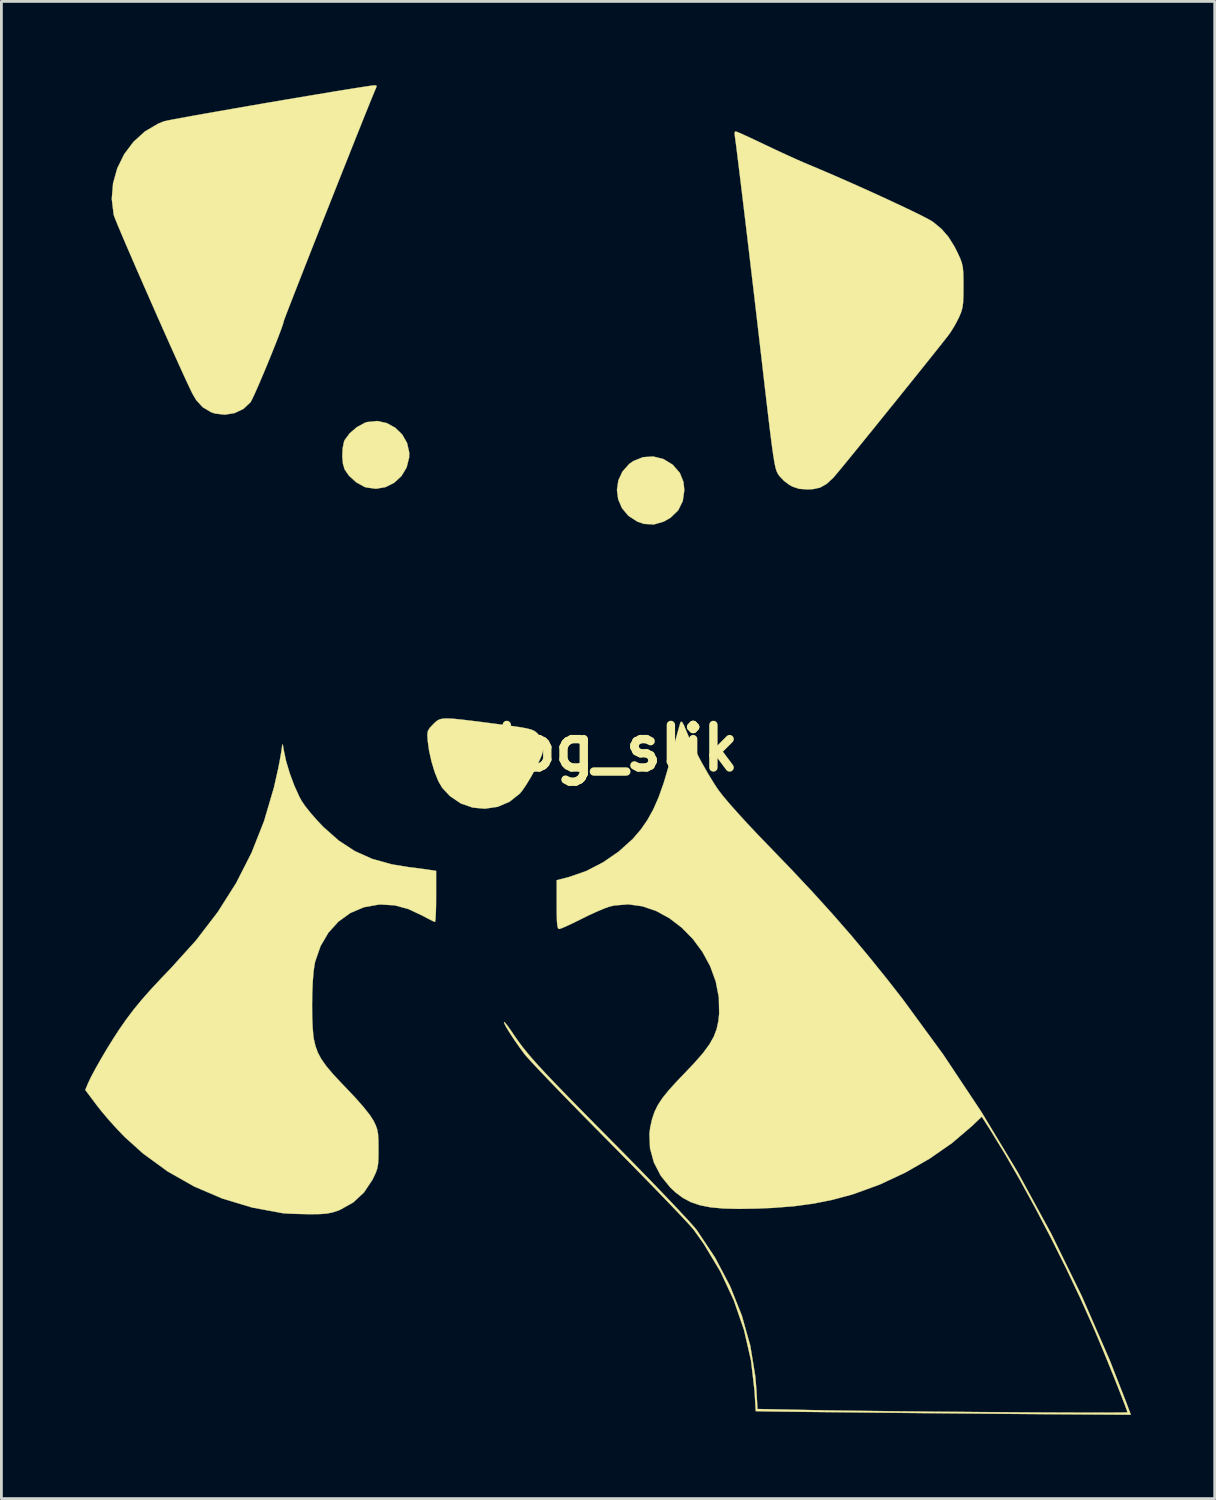
<source format=kicad_pcb>
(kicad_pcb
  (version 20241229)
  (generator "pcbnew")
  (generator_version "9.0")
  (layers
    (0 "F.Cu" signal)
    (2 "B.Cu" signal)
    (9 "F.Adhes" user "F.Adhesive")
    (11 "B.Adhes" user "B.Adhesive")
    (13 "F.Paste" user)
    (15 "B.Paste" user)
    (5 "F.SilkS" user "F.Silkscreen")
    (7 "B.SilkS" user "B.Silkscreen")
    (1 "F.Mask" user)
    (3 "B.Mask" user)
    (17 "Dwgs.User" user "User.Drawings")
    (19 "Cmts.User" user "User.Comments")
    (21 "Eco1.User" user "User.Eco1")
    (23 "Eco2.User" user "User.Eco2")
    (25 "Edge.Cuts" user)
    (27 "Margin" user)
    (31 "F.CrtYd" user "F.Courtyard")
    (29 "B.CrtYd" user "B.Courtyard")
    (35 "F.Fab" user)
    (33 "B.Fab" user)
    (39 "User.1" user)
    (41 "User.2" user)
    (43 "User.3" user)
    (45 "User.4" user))
  (footprint "dog_slik"
    (layer "F.Cu")
    (at 18.733 23.754)
    (property "Reference" "dog_slik" (at 0 0 0) (layer "F.SilkS") (effects (font (size 1.524 1.524) (thickness 0.3))))
    (attr through_hole)
    (fp_poly (pts (xy 1.975 -10.363) (xy 2.302 -10.165) (xy 2.328 -10.142) (xy 2.572 -9.861) (xy 2.702 -9.535) (xy 2.731 -9.245) (xy 2.675 -8.851) (xy 2.511 -8.521) (xy 2.238 -8.258) (xy 2 -8.121) (xy 1.641 -8.016) (xy 1.284 -8.037) (xy 1.047 -8.119) (xy 0.728 -8.326) (xy 0.499 -8.599) (xy 0.362 -8.918) (xy 0.318 -9.258) (xy 0.369 -9.597) (xy 0.516 -9.914) (xy 0.76 -10.185) (xy 0.907 -10.289) (xy 1.251 -10.427) (xy 1.615 -10.451) (xy 1.975 -10.363)) (stroke (width 0.01) (type solid)) (fill yes) (layer "F.SilkS"))
    (fp_poly (pts (xy -7.929 -11.648) (xy -7.624 -11.481) (xy -7.374 -11.238) (xy -7.201 -10.936) (xy -7.123 -10.593) (xy -7.126 -10.418) (xy -7.217 -10.056) (xy -7.403 -9.748) (xy -7.663 -9.51) (xy -7.975 -9.353) (xy -8.318 -9.294) (xy -8.672 -9.344) (xy -8.723 -9.362) (xy -9.017 -9.522) (xy -9.279 -9.76) (xy -9.435 -9.982) (xy -9.497 -10.187) (xy -9.521 -10.457) (xy -9.509 -10.739) (xy -9.461 -10.976) (xy -9.433 -11.043) (xy -9.253 -11.286) (xy -8.997 -11.504) (xy -8.715 -11.657) (xy -8.627 -11.686) (xy -8.27 -11.722) (xy -7.929 -11.648)) (stroke (width 0.01) (type solid)) (fill yes) (layer "F.SilkS"))
    (fp_poly (pts (xy -5.566 -1.058) (xy -5.288 -1.031) (xy -4.923 -0.988) (xy -4.455 -0.929) (xy -4.166 -0.892) (xy -3.699 -0.831) (xy -3.341 -0.782) (xy -3.075 -0.741) (xy -2.883 -0.703) (xy -2.749 -0.667) (xy -2.655 -0.626) (xy -2.584 -0.579) (xy -2.532 -0.532) (xy -2.388 -0.367) (xy -2.312 -0.198) (xy -2.306 -0.003) (xy -2.371 0.24) (xy -2.507 0.552) (xy -2.609 0.753) (xy -2.767 1.039) (xy -2.93 1.306) (xy -3.074 1.518) (xy -3.163 1.626) (xy -3.53 1.917) (xy -3.953 2.098) (xy -4.416 2.166) (xy -4.846 2.127) (xy -5.276 1.978) (xy -5.663 1.716) (xy -5.942 1.418) (xy -6.079 1.183) (xy -6.21 0.858) (xy -6.325 0.477) (xy -6.414 0.076) (xy -6.461 -0.268) (xy -6.475 -0.479) (xy -6.457 -0.614) (xy -6.391 -0.726) (xy -6.27 -0.855) (xy -6.19 -0.933) (xy -6.116 -0.993) (xy -6.032 -1.035) (xy -5.923 -1.06) (xy -5.773 -1.067) (xy -5.566 -1.058)) (stroke (width 0.01) (type solid)) (fill yes) (layer "F.SilkS"))
    (fp_poly (pts (xy -8.288 -23.725) (xy -8.319 -23.638) (xy -8.353 -23.56) (xy -8.429 -23.377) (xy -8.542 -23.1) (xy -8.687 -22.741) (xy -8.859 -22.311) (xy -9.054 -21.823) (xy -9.267 -21.287) (xy -9.494 -20.716) (xy -9.73 -20.121) (xy -9.971 -19.513) (xy -10.212 -18.905) (xy -10.448 -18.307) (xy -10.675 -17.731) (xy -10.888 -17.189) (xy -11.082 -16.693) (xy -11.254 -16.254) (xy -11.398 -15.883) (xy -11.51 -15.593) (xy -11.585 -15.395) (xy -11.619 -15.3) (xy -11.62 -15.294) (xy -11.644 -15.199) (xy -11.711 -15.008) (xy -11.811 -14.742) (xy -11.936 -14.422) (xy -12.078 -14.069) (xy -12.228 -13.702) (xy -12.378 -13.344) (xy -12.519 -13.014) (xy -12.643 -12.733) (xy -12.741 -12.522) (xy -12.805 -12.401) (xy -12.812 -12.391) (xy -13.062 -12.157) (xy -13.38 -12.006) (xy -13.733 -11.948) (xy -14.086 -11.991) (xy -14.224 -12.039) (xy -14.522 -12.217) (xy -14.756 -12.474) (xy -14.889 -12.7) (xy -14.985 -12.899) (xy -15.12 -13.187) (xy -15.287 -13.552) (xy -15.48 -13.979) (xy -15.694 -14.455) (xy -15.923 -14.967) (xy -16.16 -15.502) (xy -16.399 -16.045) (xy -16.636 -16.584) (xy -16.864 -17.104) (xy -17.076 -17.594) (xy -17.268 -18.038) (xy -17.433 -18.424) (xy -17.565 -18.738) (xy -17.658 -18.967) (xy -17.706 -19.097) (xy -17.711 -19.113) (xy -17.779 -19.677) (xy -17.733 -20.237) (xy -17.582 -20.776) (xy -17.336 -21.277) (xy -17.003 -21.722) (xy -16.593 -22.094) (xy -16.115 -22.375) (xy -15.915 -22.456) (xy -15.817 -22.479) (xy -15.607 -22.521) (xy -15.299 -22.578) (xy -14.908 -22.65) (xy -14.446 -22.732) (xy -13.928 -22.823) (xy -13.368 -22.921) (xy -12.779 -23.023) (xy -12.175 -23.127) (xy -11.57 -23.23) (xy -10.979 -23.33) (xy -10.413 -23.424) (xy -9.889 -23.512) (xy -9.418 -23.589) (xy -9.016 -23.653) (xy -8.695 -23.703) (xy -8.47 -23.736) (xy -8.355 -23.749) (xy -8.349 -23.749) (xy -8.288 -23.725)) (stroke (width 0.01) (type solid)) (fill yes) (layer "F.SilkS"))
    (fp_poly (pts (xy 4.64 -22.072) (xy 4.809 -21.999) (xy 5.051 -21.888) (xy 5.347 -21.749) (xy 5.599 -21.629) (xy 5.975 -21.45) (xy 6.364 -21.27) (xy 6.727 -21.105) (xy 7.031 -20.971) (xy 7.144 -20.924) (xy 7.607 -20.729) (xy 8.106 -20.515) (xy 8.625 -20.288) (xy 9.148 -20.054) (xy 9.66 -19.822) (xy 10.146 -19.598) (xy 10.591 -19.389) (xy 10.979 -19.203) (xy 11.295 -19.046) (xy 11.523 -18.925) (xy 11.642 -18.853) (xy 11.945 -18.603) (xy 12.189 -18.323) (xy 12.406 -17.977) (xy 12.53 -17.73) (xy 12.616 -17.541) (xy 12.673 -17.383) (xy 12.708 -17.223) (xy 12.725 -17.025) (xy 12.731 -16.756) (xy 12.732 -16.542) (xy 12.729 -16.207) (xy 12.719 -15.966) (xy 12.695 -15.785) (xy 12.652 -15.631) (xy 12.586 -15.47) (xy 12.558 -15.409) (xy 12.426 -15.158) (xy 12.273 -14.908) (xy 12.177 -14.775) (xy 11.955 -14.494) (xy 11.685 -14.154) (xy 11.376 -13.767) (xy 11.037 -13.345) (xy 10.678 -12.898) (xy 10.309 -12.44) (xy 9.938 -11.981) (xy 9.576 -11.532) (xy 9.231 -11.107) (xy 8.914 -10.716) (xy 8.633 -10.371) (xy 8.398 -10.084) (xy 8.218 -9.867) (xy 8.103 -9.73) (xy 8.072 -9.694) (xy 7.829 -9.469) (xy 7.596 -9.337) (xy 7.329 -9.279) (xy 7.131 -9.272) (xy 6.845 -9.293) (xy 6.613 -9.369) (xy 6.498 -9.431) (xy 6.304 -9.577) (xy 6.137 -9.752) (xy 6.097 -9.809) (xy 6.067 -9.861) (xy 6.04 -9.921) (xy 6.014 -9.998) (xy 5.987 -10.103) (xy 5.959 -10.243) (xy 5.928 -10.43) (xy 5.892 -10.672) (xy 5.851 -10.979) (xy 5.803 -11.359) (xy 5.747 -11.823) (xy 5.681 -12.381) (xy 5.604 -13.04) (xy 5.515 -13.812) (xy 5.463 -14.256) (xy 5.385 -14.93) (xy 5.303 -15.632) (xy 5.219 -16.349) (xy 5.134 -17.069) (xy 5.05 -17.782) (xy 4.967 -18.475) (xy 4.888 -19.137) (xy 4.813 -19.757) (xy 4.745 -20.323) (xy 4.683 -20.824) (xy 4.631 -21.248) (xy 4.589 -21.583) (xy 4.558 -21.818) (xy 4.54 -21.942) (xy 4.538 -21.955) (xy 4.535 -22.065) (xy 4.566 -22.098) (xy 4.64 -22.072)) (stroke (width 0.01) (type solid)) (fill yes) (layer "F.SilkS"))
    (fp_poly (pts (xy -11.642 -0.075) (xy -11.615 0.083) (xy -11.535 0.461) (xy -11.404 0.896) (xy -11.242 1.334) (xy -11.066 1.725) (xy -10.977 1.889) (xy -10.845 2.081) (xy -10.649 2.327) (xy -10.414 2.594) (xy -10.192 2.828) (xy -9.648 3.309) (xy -9.073 3.685) (xy -8.445 3.966) (xy -7.746 4.16) (xy -7.176 4.254) (xy -6.892 4.289) (xy -6.627 4.324) (xy -6.429 4.352) (xy -6.398 4.357) (xy -6.16 4.393) (xy -6.16 5.308) (xy -6.162 5.632) (xy -6.17 5.906) (xy -6.181 6.107) (xy -6.195 6.213) (xy -6.201 6.223) (xy -6.273 6.194) (xy -6.424 6.118) (xy -6.621 6.012) (xy -6.63 6.007) (xy -7.146 5.764) (xy -7.639 5.629) (xy -8.135 5.598) (xy -8.222 5.602) (xy -8.749 5.696) (xy -9.233 5.903) (xy -9.66 6.211) (xy -10.019 6.609) (xy -10.3 7.088) (xy -10.49 7.636) (xy -10.511 7.73) (xy -10.549 7.991) (xy -10.578 8.345) (xy -10.596 8.758) (xy -10.603 9.195) (xy -10.599 9.623) (xy -10.583 10.008) (xy -10.556 10.316) (xy -10.54 10.419) (xy -10.48 10.675) (xy -10.395 10.907) (xy -10.272 11.136) (xy -10.099 11.382) (xy -9.861 11.665) (xy -9.546 12.003) (xy -9.395 12.16) (xy -9.042 12.533) (xy -8.753 12.862) (xy -8.537 13.135) (xy -8.407 13.335) (xy -8.324 13.504) (xy -8.271 13.654) (xy -8.24 13.819) (xy -8.227 14.038) (xy -8.224 14.346) (xy -8.224 14.357) (xy -8.226 14.664) (xy -8.238 14.882) (xy -8.267 15.051) (xy -8.322 15.21) (xy -8.41 15.396) (xy -8.445 15.465) (xy -8.743 15.912) (xy -9.129 16.271) (xy -9.594 16.532) (xy -9.68 16.567) (xy -9.874 16.63) (xy -10.072 16.669) (xy -10.311 16.688) (xy -10.627 16.692) (xy -10.75 16.691) (xy -11.058 16.685) (xy -11.338 16.676) (xy -11.553 16.665) (xy -11.652 16.657) (xy -12.756 16.452) (xy -13.817 16.132) (xy -14.827 15.7) (xy -15.777 15.161) (xy -16.658 14.519) (xy -17.304 13.938) (xy -17.581 13.652) (xy -17.875 13.328) (xy -18.144 13.01) (xy -18.306 12.804) (xy -18.728 12.242) (xy -18.633 12.01) (xy -18.525 11.782) (xy -18.362 11.476) (xy -18.16 11.12) (xy -17.936 10.742) (xy -17.705 10.371) (xy -17.512 10.075) (xy -17.26 9.714) (xy -17.003 9.372) (xy -16.72 9.027) (xy -16.395 8.657) (xy -16.007 8.241) (xy -15.655 7.874) (xy -14.76 6.883) (xy -13.985 5.872) (xy -13.325 4.831) (xy -12.773 3.747) (xy -12.323 2.608) (xy -11.969 1.404) (xy -11.815 0.72) (xy -11.759 0.429) (xy -11.713 0.167) (xy -11.683 -0.031) (xy -11.676 -0.105) (xy -11.665 -0.145) (xy -11.642 -0.075)) (stroke (width 0.01) (type solid)) (fill yes) (layer "F.SilkS"))
    (fp_poly (pts (xy 2.715 -0.83) (xy 2.76 -0.719) (xy 2.909 -0.366) (xy 3.111 0.052) (xy 3.346 0.499) (xy 3.595 0.936) (xy 3.837 1.327) (xy 3.957 1.504) (xy 4.119 1.714) (xy 4.358 1.997) (xy 4.661 2.338) (xy 5.012 2.722) (xy 5.4 3.132) (xy 5.715 3.459) (xy 6.563 4.338) (xy 7.332 5.157) (xy 8.041 5.94) (xy 8.711 6.707) (xy 9.359 7.482) (xy 10.006 8.285) (xy 10.552 8.985) (xy 11.999 10.961) (xy 13.374 13.029) (xy 14.667 15.175) (xy 15.87 17.382) (xy 16.972 19.632) (xy 17.965 21.909) (xy 18.567 23.447) (xy 18.727 23.876) (xy 16.65 23.863) (xy 16.203 23.86) (xy 15.648 23.856) (xy 15.004 23.851) (xy 14.289 23.845) (xy 13.522 23.838) (xy 12.722 23.831) (xy 11.907 23.824) (xy 11.098 23.816) (xy 10.414 23.809) (xy 9.684 23.802) (xy 8.979 23.794) (xy 8.313 23.787) (xy 7.697 23.781) (xy 7.144 23.775) (xy 6.666 23.769) (xy 6.274 23.765) (xy 5.982 23.761) (xy 5.801 23.759) (xy 5.772 23.758) (xy 5.29 23.749) (xy 5.248 23.035) (xy 5.121 21.935) (xy 4.872 20.846) (xy 4.505 19.779) (xy 4.024 18.748) (xy 3.434 17.763) (xy 3.07 17.252) (xy 2.971 17.136) (xy 2.792 16.94) (xy 2.541 16.672) (xy 2.227 16.343) (xy 1.858 15.959) (xy 1.444 15.533) (xy 0.992 15.071) (xy 0.513 14.584) (xy 0.032 14.097) (xy -0.465 13.594) (xy -0.943 13.109) (xy -1.392 12.649) (xy -1.804 12.225) (xy -2.17 11.845) (xy -2.481 11.519) (xy -2.729 11.255) (xy -2.904 11.063) (xy -2.996 10.954) (xy -3.186 10.694) (xy -3.367 10.433) (xy -3.525 10.193) (xy -3.647 9.993) (xy -3.718 9.856) (xy -3.73 9.805) (xy -3.684 9.839) (xy -3.591 9.956) (xy -3.468 10.131) (xy -3.46 10.143) (xy -3.33 10.337) (xy -3.197 10.524) (xy -3.055 10.713) (xy -2.895 10.911) (xy -2.71 11.129) (xy -2.492 11.373) (xy -2.232 11.654) (xy -1.924 11.979) (xy -1.558 12.357) (xy -1.128 12.797) (xy -0.625 13.308) (xy -0.042 13.897) (xy 0.093 14.034) (xy 0.593 14.539) (xy 1.075 15.031) (xy 1.53 15.499) (xy 1.949 15.934) (xy 2.323 16.326) (xy 2.643 16.666) (xy 2.9 16.944) (xy 3.085 17.151) (xy 3.184 17.272) (xy 3.835 18.251) (xy 4.372 19.272) (xy 4.793 20.327) (xy 5.095 21.407) (xy 5.275 22.504) (xy 5.315 22.996) (xy 5.352 23.671) (xy 7.264 23.709) (xy 7.749 23.718) (xy 8.306 23.726) (xy 8.925 23.735) (xy 9.593 23.743) (xy 10.302 23.752) (xy 11.041 23.759) (xy 11.798 23.767) (xy 12.565 23.773) (xy 13.329 23.78) (xy 14.081 23.785) (xy 14.81 23.79) (xy 15.506 23.794) (xy 16.157 23.797) (xy 16.754 23.799) (xy 17.286 23.8) (xy 17.743 23.801) (xy 18.114 23.799) (xy 18.388 23.797) (xy 18.555 23.793) (xy 18.605 23.789) (xy 18.582 23.711) (xy 18.518 23.535) (xy 18.419 23.278) (xy 18.294 22.959) (xy 18.15 22.596) (xy 17.993 22.208) (xy 17.833 21.813) (xy 17.675 21.43) (xy 17.527 21.077) (xy 17.397 20.772) (xy 17.378 20.728) (xy 16.914 19.694) (xy 16.407 18.626) (xy 15.87 17.55) (xy 15.316 16.491) (xy 14.759 15.474) (xy 14.212 14.524) (xy 13.688 13.667) (xy 13.619 13.559) (xy 13.388 13.198) (xy 13.028 13.541) (xy 12.324 14.142) (xy 11.522 14.7) (xy 10.651 15.2) (xy 9.736 15.628) (xy 8.806 15.967) (xy 8.687 16.003) (xy 8.028 16.179) (xy 7.364 16.312) (xy 6.664 16.407) (xy 5.893 16.467) (xy 5.334 16.491) (xy 4.677 16.502) (xy 4.129 16.488) (xy 3.672 16.446) (xy 3.289 16.371) (xy 2.963 16.259) (xy 2.676 16.106) (xy 2.413 15.908) (xy 2.231 15.739) (xy 1.886 15.313) (xy 1.64 14.837) (xy 1.503 14.332) (xy 1.48 13.819) (xy 1.509 13.586) (xy 1.575 13.291) (xy 1.662 13.029) (xy 1.783 12.782) (xy 1.952 12.526) (xy 2.181 12.243) (xy 2.485 11.91) (xy 2.728 11.657) (xy 3.111 11.253) (xy 3.408 10.911) (xy 3.629 10.611) (xy 3.786 10.334) (xy 3.889 10.061) (xy 3.952 9.772) (xy 3.98 9.512) (xy 3.968 8.927) (xy 3.857 8.355) (xy 3.658 7.809) (xy 3.382 7.299) (xy 3.039 6.835) (xy 2.641 6.429) (xy 2.2 6.091) (xy 1.725 5.831) (xy 1.229 5.662) (xy 0.722 5.592) (xy 0.216 5.634) (xy 0.027 5.681) (xy -0.156 5.748) (xy -0.415 5.858) (xy -0.714 5.996) (xy -0.977 6.126) (xy -1.252 6.262) (xy -1.489 6.373) (xy -1.665 6.449) (xy -1.755 6.477) (xy -1.755 6.477) (xy -1.791 6.452) (xy -1.816 6.366) (xy -1.831 6.203) (xy -1.839 5.945) (xy -1.841 5.602) (xy -1.841 4.727) (xy -1.384 4.609) (xy -0.78 4.398) (xy -0.179 4.087) (xy 0.386 3.698) (xy 0.882 3.251) (xy 1.176 2.909) (xy 1.413 2.565) (xy 1.622 2.187) (xy 1.812 1.754) (xy 1.992 1.247) (xy 2.17 0.644) (xy 2.256 0.318) (xy 2.353 -0.055) (xy 2.441 -0.387) (xy 2.516 -0.66) (xy 2.571 -0.851) (xy 2.601 -0.941) (xy 2.602 -0.942) (xy 2.648 -0.944) (xy 2.715 -0.83)) (stroke (width 0.01) (type solid)) (fill yes) (layer "F.SilkS")))
  (gr_rect
    (start -3 -3)
    (end 40.465 50.635)
    (stroke (width 0.1) (type default))
    (fill no)
    (layer "Edge.Cuts")))
</source>
